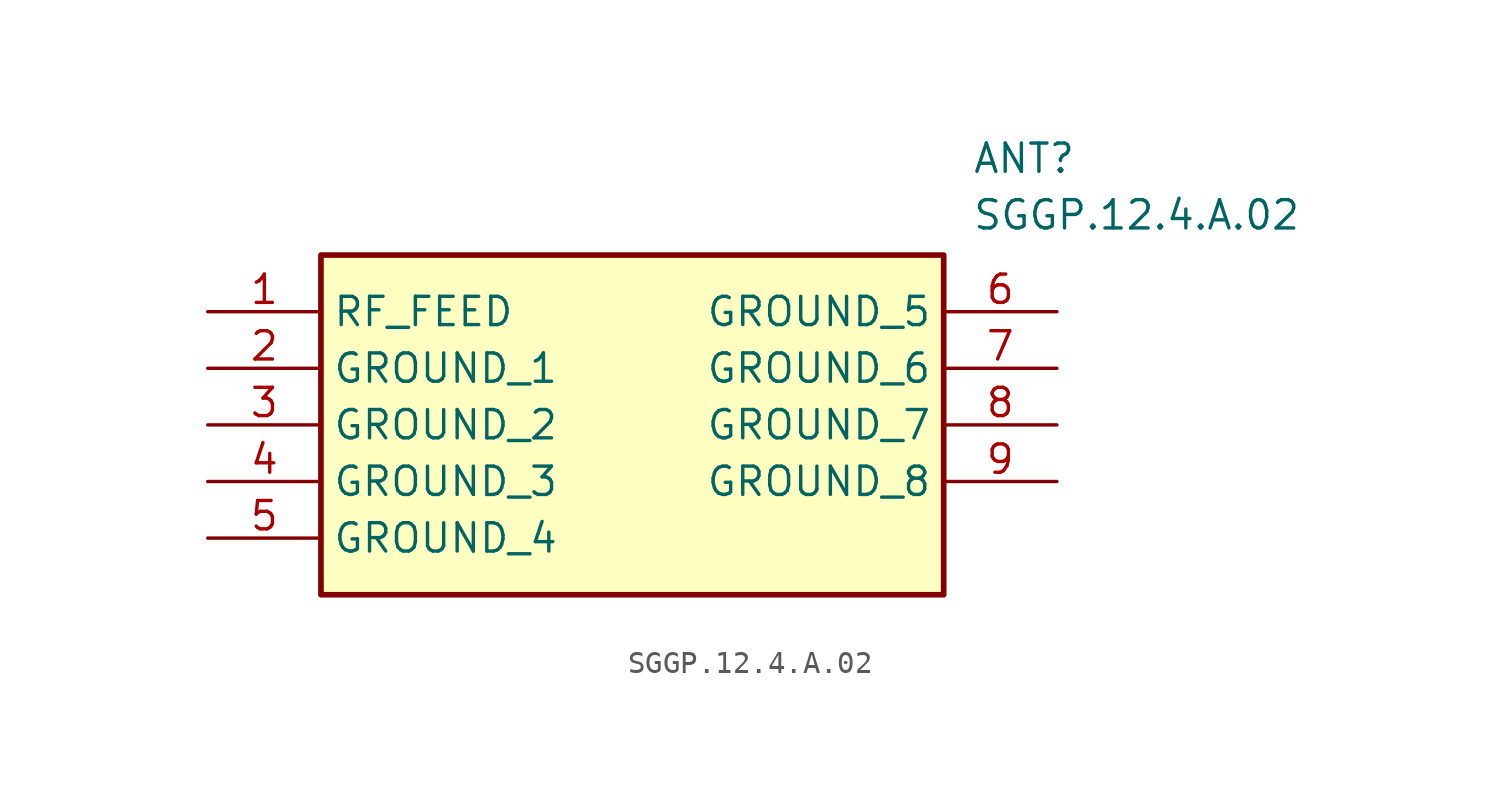
<source format=kicad_sym>
(kicad_symbol_lib
  (version 20211014)
  (generator SamacSys_ECAD_Model)
  (symbol "SGGP.12.4.A.02"
    (property "Reference" "ANT"
      (at 34.29 7.62 0)
      (effects (font (size 1.27 1.27)) (justify left top)))
    (property "Value" "SGGP.12.4.A.02"
      (at 34.29 5.08 0)
      (effects (font (size 1.27 1.27)) (justify left top)))
    (rectangle
      (start 5.08 2.54)
      (end 33.02 -12.7)
      (stroke (width 0.254) (type default))
      (fill (type background)))
    (pin passive line
      (at 0 0 0)
      (length 5.08)
      (name "RF_FEED" (effects (font (size 1.27 1.27))))
      (number "1" (effects (font (size 1.27 1.27)))))
    (pin passive line
      (at 0 -2.54 0)
      (length 5.08)
      (name "GROUND_1" (effects (font (size 1.27 1.27))))
      (number "2" (effects (font (size 1.27 1.27)))))
    (pin passive line
      (at 0 -5.08 0)
      (length 5.08)
      (name "GROUND_2" (effects (font (size 1.27 1.27))))
      (number "3" (effects (font (size 1.27 1.27)))))
    (pin passive line
      (at 0 -7.62 0)
      (length 5.08)
      (name "GROUND_3" (effects (font (size 1.27 1.27))))
      (number "4" (effects (font (size 1.27 1.27)))))
    (pin passive line
      (at 0 -10.16 0)
      (length 5.08)
      (name "GROUND_4" (effects (font (size 1.27 1.27))))
      (number "5" (effects (font (size 1.27 1.27)))))
    (pin passive line
      (at 38.1 0 180)
      (length 5.08)
      (name "GROUND_5" (effects (font (size 1.27 1.27))))
      (number "6" (effects (font (size 1.27 1.27)))))
    (pin passive line
      (at 38.1 -2.54 180)
      (length 5.08)
      (name "GROUND_6" (effects (font (size 1.27 1.27))))
      (number "7" (effects (font (size 1.27 1.27)))))
    (pin passive line
      (at 38.1 -5.08 180)
      (length 5.08)
      (name "GROUND_7" (effects (font (size 1.27 1.27))))
      (number "8" (effects (font (size 1.27 1.27)))))
    (pin passive line
      (at 38.1 -7.62 180)
      (length 5.08)
      (name "GROUND_8" (effects (font (size 1.27 1.27))))
      (number "9" (effects (font (size 1.27 1.27)))))))
</source>
